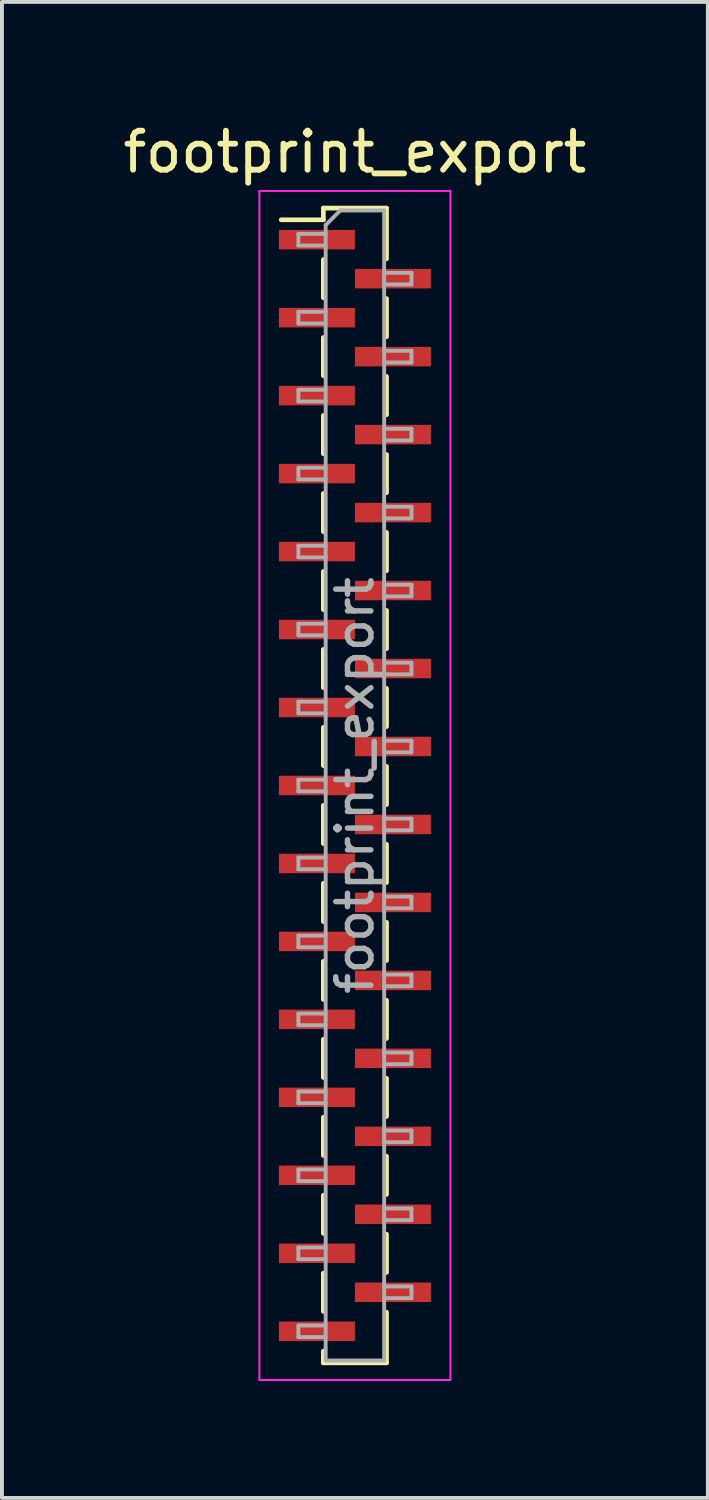
<source format=kicad_pcb>
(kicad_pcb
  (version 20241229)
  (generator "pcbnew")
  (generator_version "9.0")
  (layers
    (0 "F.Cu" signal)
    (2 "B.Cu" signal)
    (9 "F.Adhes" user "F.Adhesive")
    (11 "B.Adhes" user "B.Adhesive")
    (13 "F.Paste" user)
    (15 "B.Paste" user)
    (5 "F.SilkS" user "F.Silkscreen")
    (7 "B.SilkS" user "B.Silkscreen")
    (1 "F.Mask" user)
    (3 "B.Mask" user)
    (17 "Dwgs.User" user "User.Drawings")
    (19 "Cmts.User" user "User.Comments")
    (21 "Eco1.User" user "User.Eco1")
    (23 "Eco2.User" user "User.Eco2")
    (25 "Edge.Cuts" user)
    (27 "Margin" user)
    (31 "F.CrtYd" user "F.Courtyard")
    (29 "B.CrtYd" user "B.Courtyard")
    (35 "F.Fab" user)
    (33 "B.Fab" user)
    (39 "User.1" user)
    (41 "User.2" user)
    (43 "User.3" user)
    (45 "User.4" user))
  (footprint "footprint_export"
    (layer "F.Cu")
    (at 6.054 17.098)
    (property "Reference" "footprint_export" (at 0 -16.25 0) (layer "F.SilkS") (effects (font (size 1 1) (thickness 0.15))))
    (attr smd)
    (fp_line (start -1.89 -14.51) (end -0.81 -14.51) (stroke (width 0.12) (type solid)) (layer "F.SilkS"))
    (fp_line (start -0.81 -14.81) (end -0.81 -14.51) (stroke (width 0.12) (type solid)) (layer "F.SilkS"))
    (fp_line (start -0.81 -14.81) (end 0.81 -14.81) (stroke (width 0.12) (type solid)) (layer "F.SilkS"))
    (fp_line (start -0.81 -13.49) (end -0.81 -12.51) (stroke (width 0.12) (type solid)) (layer "F.SilkS"))
    (fp_line (start -0.81 -11.49) (end -0.81 -10.51) (stroke (width 0.12) (type solid)) (layer "F.SilkS"))
    (fp_line (start -0.81 -9.49) (end -0.81 -8.51) (stroke (width 0.12) (type solid)) (layer "F.SilkS"))
    (fp_line (start -0.81 -7.49) (end -0.81 -6.51) (stroke (width 0.12) (type solid)) (layer "F.SilkS"))
    (fp_line (start -0.81 -5.49) (end -0.81 -4.51) (stroke (width 0.12) (type solid)) (layer "F.SilkS"))
    (fp_line (start -0.81 -3.49) (end -0.81 -2.51) (stroke (width 0.12) (type solid)) (layer "F.SilkS"))
    (fp_line (start -0.81 -1.49) (end -0.81 -0.51) (stroke (width 0.12) (type solid)) (layer "F.SilkS"))
    (fp_line (start -0.81 0.51) (end -0.81 1.49) (stroke (width 0.12) (type solid)) (layer "F.SilkS"))
    (fp_line (start -0.81 2.51) (end -0.81 3.49) (stroke (width 0.12) (type solid)) (layer "F.SilkS"))
    (fp_line (start -0.81 4.51) (end -0.81 5.49) (stroke (width 0.12) (type solid)) (layer "F.SilkS"))
    (fp_line (start -0.81 6.51) (end -0.81 7.49) (stroke (width 0.12) (type solid)) (layer "F.SilkS"))
    (fp_line (start -0.81 8.51) (end -0.81 9.49) (stroke (width 0.12) (type solid)) (layer "F.SilkS"))
    (fp_line (start -0.81 10.51) (end -0.81 11.49) (stroke (width 0.12) (type solid)) (layer "F.SilkS"))
    (fp_line (start -0.81 12.51) (end -0.81 13.49) (stroke (width 0.12) (type solid)) (layer "F.SilkS"))
    (fp_line (start -0.81 14.51) (end -0.81 14.81) (stroke (width 0.12) (type solid)) (layer "F.SilkS"))
    (fp_line (start -0.81 14.81) (end 0.81 14.81) (stroke (width 0.12) (type solid)) (layer "F.SilkS"))
    (fp_line (start 0.81 -14.81) (end 0.81 -13.51) (stroke (width 0.12) (type solid)) (layer "F.SilkS"))
    (fp_line (start 0.81 -12.49) (end 0.81 -11.51) (stroke (width 0.12) (type solid)) (layer "F.SilkS"))
    (fp_line (start 0.81 -10.49) (end 0.81 -9.51) (stroke (width 0.12) (type solid)) (layer "F.SilkS"))
    (fp_line (start 0.81 -8.49) (end 0.81 -7.51) (stroke (width 0.12) (type solid)) (layer "F.SilkS"))
    (fp_line (start 0.81 -6.49) (end 0.81 -5.51) (stroke (width 0.12) (type solid)) (layer "F.SilkS"))
    (fp_line (start 0.81 -4.49) (end 0.81 -3.51) (stroke (width 0.12) (type solid)) (layer "F.SilkS"))
    (fp_line (start 0.81 -2.49) (end 0.81 -1.51) (stroke (width 0.12) (type solid)) (layer "F.SilkS"))
    (fp_line (start 0.81 -0.49) (end 0.81 0.49) (stroke (width 0.12) (type solid)) (layer "F.SilkS"))
    (fp_line (start 0.81 1.51) (end 0.81 2.49) (stroke (width 0.12) (type solid)) (layer "F.SilkS"))
    (fp_line (start 0.81 3.51) (end 0.81 4.49) (stroke (width 0.12) (type solid)) (layer "F.SilkS"))
    (fp_line (start 0.81 5.51) (end 0.81 6.49) (stroke (width 0.12) (type solid)) (layer "F.SilkS"))
    (fp_line (start 0.81 7.51) (end 0.81 8.49) (stroke (width 0.12) (type solid)) (layer "F.SilkS"))
    (fp_line (start 0.81 9.51) (end 0.81 10.49) (stroke (width 0.12) (type solid)) (layer "F.SilkS"))
    (fp_line (start 0.81 11.51) (end 0.81 12.49) (stroke (width 0.12) (type solid)) (layer "F.SilkS"))
    (fp_line (start 0.81 13.51) (end 0.81 14.81) (stroke (width 0.12) (type solid)) (layer "F.SilkS"))
    (fp_line (start -2.45 -15.25) (end 2.45 -15.25) (stroke (width 0.05) (type solid)) (layer "F.CrtYd"))
    (fp_line (start -2.45 15.25) (end -2.45 -15.25) (stroke (width 0.05) (type solid)) (layer "F.CrtYd"))
    (fp_line (start 2.45 -15.25) (end 2.45 15.25) (stroke (width 0.05) (type solid)) (layer "F.CrtYd"))
    (fp_line (start 2.45 15.25) (end -2.45 15.25) (stroke (width 0.05) (type solid)) (layer "F.CrtYd"))
    (fp_line (start -1.45 -14.15) (end -0.75 -14.15) (stroke (width 0.1) (type solid)) (layer "F.Fab"))
    (fp_line (start -1.45 -13.85) (end -1.45 -14.15) (stroke (width 0.1) (type solid)) (layer "F.Fab"))
    (fp_line (start -1.45 -12.15) (end -0.75 -12.15) (stroke (width 0.1) (type solid)) (layer "F.Fab"))
    (fp_line (start -1.45 -11.85) (end -1.45 -12.15) (stroke (width 0.1) (type solid)) (layer "F.Fab"))
    (fp_line (start -1.45 -10.15) (end -0.75 -10.15) (stroke (width 0.1) (type solid)) (layer "F.Fab"))
    (fp_line (start -1.45 -9.85) (end -1.45 -10.15) (stroke (width 0.1) (type solid)) (layer "F.Fab"))
    (fp_line (start -1.45 -8.15) (end -0.75 -8.15) (stroke (width 0.1) (type solid)) (layer "F.Fab"))
    (fp_line (start -1.45 -7.85) (end -1.45 -8.15) (stroke (width 0.1) (type solid)) (layer "F.Fab"))
    (fp_line (start -1.45 -6.15) (end -0.75 -6.15) (stroke (width 0.1) (type solid)) (layer "F.Fab"))
    (fp_line (start -1.45 -5.85) (end -1.45 -6.15) (stroke (width 0.1) (type solid)) (layer "F.Fab"))
    (fp_line (start -1.45 -4.15) (end -0.75 -4.15) (stroke (width 0.1) (type solid)) (layer "F.Fab"))
    (fp_line (start -1.45 -3.85) (end -1.45 -4.15) (stroke (width 0.1) (type solid)) (layer "F.Fab"))
    (fp_line (start -1.45 -2.15) (end -0.75 -2.15) (stroke (width 0.1) (type solid)) (layer "F.Fab"))
    (fp_line (start -1.45 -1.85) (end -1.45 -2.15) (stroke (width 0.1) (type solid)) (layer "F.Fab"))
    (fp_line (start -1.45 -0.15) (end -0.75 -0.15) (stroke (width 0.1) (type solid)) (layer "F.Fab"))
    (fp_line (start -1.45 0.15) (end -1.45 -0.15) (stroke (width 0.1) (type solid)) (layer "F.Fab"))
    (fp_line (start -1.45 1.85) (end -0.75 1.85) (stroke (width 0.1) (type solid)) (layer "F.Fab"))
    (fp_line (start -1.45 2.15) (end -1.45 1.85) (stroke (width 0.1) (type solid)) (layer "F.Fab"))
    (fp_line (start -1.45 3.85) (end -0.75 3.85) (stroke (width 0.1) (type solid)) (layer "F.Fab"))
    (fp_line (start -1.45 4.15) (end -1.45 3.85) (stroke (width 0.1) (type solid)) (layer "F.Fab"))
    (fp_line (start -1.45 5.85) (end -0.75 5.85) (stroke (width 0.1) (type solid)) (layer "F.Fab"))
    (fp_line (start -1.45 6.15) (end -1.45 5.85) (stroke (width 0.1) (type solid)) (layer "F.Fab"))
    (fp_line (start -1.45 7.85) (end -0.75 7.85) (stroke (width 0.1) (type solid)) (layer "F.Fab"))
    (fp_line (start -1.45 8.15) (end -1.45 7.85) (stroke (width 0.1) (type solid)) (layer "F.Fab"))
    (fp_line (start -1.45 9.85) (end -0.75 9.85) (stroke (width 0.1) (type solid)) (layer "F.Fab"))
    (fp_line (start -1.45 10.15) (end -1.45 9.85) (stroke (width 0.1) (type solid)) (layer "F.Fab"))
    (fp_line (start -1.45 11.85) (end -0.75 11.85) (stroke (width 0.1) (type solid)) (layer "F.Fab"))
    (fp_line (start -1.45 12.15) (end -1.45 11.85) (stroke (width 0.1) (type solid)) (layer "F.Fab"))
    (fp_line (start -1.45 13.85) (end -0.75 13.85) (stroke (width 0.1) (type solid)) (layer "F.Fab"))
    (fp_line (start -1.45 14.15) (end -1.45 13.85) (stroke (width 0.1) (type solid)) (layer "F.Fab"))
    (fp_line (start -0.75 -14.375) (end -0.375 -14.75) (stroke (width 0.1) (type solid)) (layer "F.Fab"))
    (fp_line (start -0.75 -13.85) (end -1.45 -13.85) (stroke (width 0.1) (type solid)) (layer "F.Fab"))
    (fp_line (start -0.75 -11.85) (end -1.45 -11.85) (stroke (width 0.1) (type solid)) (layer "F.Fab"))
    (fp_line (start -0.75 -9.85) (end -1.45 -9.85) (stroke (width 0.1) (type solid)) (layer "F.Fab"))
    (fp_line (start -0.75 -7.85) (end -1.45 -7.85) (stroke (width 0.1) (type solid)) (layer "F.Fab"))
    (fp_line (start -0.75 -5.85) (end -1.45 -5.85) (stroke (width 0.1) (type solid)) (layer "F.Fab"))
    (fp_line (start -0.75 -3.85) (end -1.45 -3.85) (stroke (width 0.1) (type solid)) (layer "F.Fab"))
    (fp_line (start -0.75 -1.85) (end -1.45 -1.85) (stroke (width 0.1) (type solid)) (layer "F.Fab"))
    (fp_line (start -0.75 0.15) (end -1.45 0.15) (stroke (width 0.1) (type solid)) (layer "F.Fab"))
    (fp_line (start -0.75 2.15) (end -1.45 2.15) (stroke (width 0.1) (type solid)) (layer "F.Fab"))
    (fp_line (start -0.75 4.15) (end -1.45 4.15) (stroke (width 0.1) (type solid)) (layer "F.Fab"))
    (fp_line (start -0.75 6.15) (end -1.45 6.15) (stroke (width 0.1) (type solid)) (layer "F.Fab"))
    (fp_line (start -0.75 8.15) (end -1.45 8.15) (stroke (width 0.1) (type solid)) (layer "F.Fab"))
    (fp_line (start -0.75 10.15) (end -1.45 10.15) (stroke (width 0.1) (type solid)) (layer "F.Fab"))
    (fp_line (start -0.75 12.15) (end -1.45 12.15) (stroke (width 0.1) (type solid)) (layer "F.Fab"))
    (fp_line (start -0.75 14.15) (end -1.45 14.15) (stroke (width 0.1) (type solid)) (layer "F.Fab"))
    (fp_line (start -0.75 14.75) (end -0.75 -14.375) (stroke (width 0.1) (type solid)) (layer "F.Fab"))
    (fp_line (start -0.375 -14.75) (end 0.75 -14.75) (stroke (width 0.1) (type solid)) (layer "F.Fab"))
    (fp_line (start 0.75 -14.75) (end 0.75 14.75) (stroke (width 0.1) (type solid)) (layer "F.Fab"))
    (fp_line (start 0.75 -13.15) (end 1.45 -13.15) (stroke (width 0.1) (type solid)) (layer "F.Fab"))
    (fp_line (start 0.75 -11.15) (end 1.45 -11.15) (stroke (width 0.1) (type solid)) (layer "F.Fab"))
    (fp_line (start 0.75 -9.15) (end 1.45 -9.15) (stroke (width 0.1) (type solid)) (layer "F.Fab"))
    (fp_line (start 0.75 -7.15) (end 1.45 -7.15) (stroke (width 0.1) (type solid)) (layer "F.Fab"))
    (fp_line (start 0.75 -5.15) (end 1.45 -5.15) (stroke (width 0.1) (type solid)) (layer "F.Fab"))
    (fp_line (start 0.75 -3.15) (end 1.45 -3.15) (stroke (width 0.1) (type solid)) (layer "F.Fab"))
    (fp_line (start 0.75 -1.15) (end 1.45 -1.15) (stroke (width 0.1) (type solid)) (layer "F.Fab"))
    (fp_line (start 0.75 0.85) (end 1.45 0.85) (stroke (width 0.1) (type solid)) (layer "F.Fab"))
    (fp_line (start 0.75 2.85) (end 1.45 2.85) (stroke (width 0.1) (type solid)) (layer "F.Fab"))
    (fp_line (start 0.75 4.85) (end 1.45 4.85) (stroke (width 0.1) (type solid)) (layer "F.Fab"))
    (fp_line (start 0.75 6.85) (end 1.45 6.85) (stroke (width 0.1) (type solid)) (layer "F.Fab"))
    (fp_line (start 0.75 8.85) (end 1.45 8.85) (stroke (width 0.1) (type solid)) (layer "F.Fab"))
    (fp_line (start 0.75 10.85) (end 1.45 10.85) (stroke (width 0.1) (type solid)) (layer "F.Fab"))
    (fp_line (start 0.75 12.85) (end 1.45 12.85) (stroke (width 0.1) (type solid)) (layer "F.Fab"))
    (fp_line (start 0.75 14.75) (end -0.75 14.75) (stroke (width 0.1) (type solid)) (layer "F.Fab"))
    (fp_line (start 1.45 -13.15) (end 1.45 -12.85) (stroke (width 0.1) (type solid)) (layer "F.Fab"))
    (fp_line (start 1.45 -12.85) (end 0.75 -12.85) (stroke (width 0.1) (type solid)) (layer "F.Fab"))
    (fp_line (start 1.45 -11.15) (end 1.45 -10.85) (stroke (width 0.1) (type solid)) (layer "F.Fab"))
    (fp_line (start 1.45 -10.85) (end 0.75 -10.85) (stroke (width 0.1) (type solid)) (layer "F.Fab"))
    (fp_line (start 1.45 -9.15) (end 1.45 -8.85) (stroke (width 0.1) (type solid)) (layer "F.Fab"))
    (fp_line (start 1.45 -8.85) (end 0.75 -8.85) (stroke (width 0.1) (type solid)) (layer "F.Fab"))
    (fp_line (start 1.45 -7.15) (end 1.45 -6.85) (stroke (width 0.1) (type solid)) (layer "F.Fab"))
    (fp_line (start 1.45 -6.85) (end 0.75 -6.85) (stroke (width 0.1) (type solid)) (layer "F.Fab"))
    (fp_line (start 1.45 -5.15) (end 1.45 -4.85) (stroke (width 0.1) (type solid)) (layer "F.Fab"))
    (fp_line (start 1.45 -4.85) (end 0.75 -4.85) (stroke (width 0.1) (type solid)) (layer "F.Fab"))
    (fp_line (start 1.45 -3.15) (end 1.45 -2.85) (stroke (width 0.1) (type solid)) (layer "F.Fab"))
    (fp_line (start 1.45 -2.85) (end 0.75 -2.85) (stroke (width 0.1) (type solid)) (layer "F.Fab"))
    (fp_line (start 1.45 -1.15) (end 1.45 -0.85) (stroke (width 0.1) (type solid)) (layer "F.Fab"))
    (fp_line (start 1.45 -0.85) (end 0.75 -0.85) (stroke (width 0.1) (type solid)) (layer "F.Fab"))
    (fp_line (start 1.45 0.85) (end 1.45 1.15) (stroke (width 0.1) (type solid)) (layer "F.Fab"))
    (fp_line (start 1.45 1.15) (end 0.75 1.15) (stroke (width 0.1) (type solid)) (layer "F.Fab"))
    (fp_line (start 1.45 2.85) (end 1.45 3.15) (stroke (width 0.1) (type solid)) (layer "F.Fab"))
    (fp_line (start 1.45 3.15) (end 0.75 3.15) (stroke (width 0.1) (type solid)) (layer "F.Fab"))
    (fp_line (start 1.45 4.85) (end 1.45 5.15) (stroke (width 0.1) (type solid)) (layer "F.Fab"))
    (fp_line (start 1.45 5.15) (end 0.75 5.15) (stroke (width 0.1) (type solid)) (layer "F.Fab"))
    (fp_line (start 1.45 6.85) (end 1.45 7.15) (stroke (width 0.1) (type solid)) (layer "F.Fab"))
    (fp_line (start 1.45 7.15) (end 0.75 7.15) (stroke (width 0.1) (type solid)) (layer "F.Fab"))
    (fp_line (start 1.45 8.85) (end 1.45 9.15) (stroke (width 0.1) (type solid)) (layer "F.Fab"))
    (fp_line (start 1.45 9.15) (end 0.75 9.15) (stroke (width 0.1) (type solid)) (layer "F.Fab"))
    (fp_line (start 1.45 10.85) (end 1.45 11.15) (stroke (width 0.1) (type solid)) (layer "F.Fab"))
    (fp_line (start 1.45 11.15) (end 0.75 11.15) (stroke (width 0.1) (type solid)) (layer "F.Fab"))
    (fp_line (start 1.45 12.85) (end 1.45 13.15) (stroke (width 0.1) (type solid)) (layer "F.Fab"))
    (fp_line (start 1.45 13.15) (end 0.75 13.15) (stroke (width 0.1) (type solid)) (layer "F.Fab"))
    (fp_text user "${REFERENCE}" (at 0 0 90) (layer "F.Fab") (effects (font (size 0.9 0.9) (thickness 0.14))))
    (pad "1" smd rect (at -0.975 -14) (size 1.95 0.5) (layers "F.Cu" "F.Mask" "F.Paste"))
    (pad "2" smd rect (at 0.975 -13) (size 1.95 0.5) (layers "F.Cu" "F.Mask" "F.Paste"))
    (pad "3" smd rect (at -0.975 -12) (size 1.95 0.5) (layers "F.Cu" "F.Mask" "F.Paste"))
    (pad "4" smd rect (at 0.975 -11) (size 1.95 0.5) (layers "F.Cu" "F.Mask" "F.Paste"))
    (pad "5" smd rect (at -0.975 -10) (size 1.95 0.5) (layers "F.Cu" "F.Mask" "F.Paste"))
    (pad "6" smd rect (at 0.975 -9) (size 1.95 0.5) (layers "F.Cu" "F.Mask" "F.Paste"))
    (pad "7" smd rect (at -0.975 -8) (size 1.95 0.5) (layers "F.Cu" "F.Mask" "F.Paste"))
    (pad "8" smd rect (at 0.975 -7) (size 1.95 0.5) (layers "F.Cu" "F.Mask" "F.Paste"))
    (pad "9" smd rect (at -0.975 -6) (size 1.95 0.5) (layers "F.Cu" "F.Mask" "F.Paste"))
    (pad "10" smd rect (at 0.975 -5) (size 1.95 0.5) (layers "F.Cu" "F.Mask" "F.Paste"))
    (pad "11" smd rect (at -0.975 -4) (size 1.95 0.5) (layers "F.Cu" "F.Mask" "F.Paste"))
    (pad "12" smd rect (at 0.975 -3) (size 1.95 0.5) (layers "F.Cu" "F.Mask" "F.Paste"))
    (pad "13" smd rect (at -0.975 -2) (size 1.95 0.5) (layers "F.Cu" "F.Mask" "F.Paste"))
    (pad "14" smd rect (at 0.975 -1) (size 1.95 0.5) (layers "F.Cu" "F.Mask" "F.Paste"))
    (pad "15" smd rect (at -0.975 0) (size 1.95 0.5) (layers "F.Cu" "F.Mask" "F.Paste"))
    (pad "16" smd rect (at 0.975 1) (size 1.95 0.5) (layers "F.Cu" "F.Mask" "F.Paste"))
    (pad "17" smd rect (at -0.975 2) (size 1.95 0.5) (layers "F.Cu" "F.Mask" "F.Paste"))
    (pad "18" smd rect (at 0.975 3) (size 1.95 0.5) (layers "F.Cu" "F.Mask" "F.Paste"))
    (pad "19" smd rect (at -0.975 4) (size 1.95 0.5) (layers "F.Cu" "F.Mask" "F.Paste"))
    (pad "20" smd rect (at 0.975 5) (size 1.95 0.5) (layers "F.Cu" "F.Mask" "F.Paste"))
    (pad "21" smd rect (at -0.975 6) (size 1.95 0.5) (layers "F.Cu" "F.Mask" "F.Paste"))
    (pad "22" smd rect (at 0.975 7) (size 1.95 0.5) (layers "F.Cu" "F.Mask" "F.Paste"))
    (pad "23" smd rect (at -0.975 8) (size 1.95 0.5) (layers "F.Cu" "F.Mask" "F.Paste"))
    (pad "24" smd rect (at 0.975 9) (size 1.95 0.5) (layers "F.Cu" "F.Mask" "F.Paste"))
    (pad "25" smd rect (at -0.975 10) (size 1.95 0.5) (layers "F.Cu" "F.Mask" "F.Paste"))
    (pad "26" smd rect (at 0.975 11) (size 1.95 0.5) (layers "F.Cu" "F.Mask" "F.Paste"))
    (pad "27" smd rect (at -0.975 12) (size 1.95 0.5) (layers "F.Cu" "F.Mask" "F.Paste"))
    (pad "28" smd rect (at 0.975 13) (size 1.95 0.5) (layers "F.Cu" "F.Mask" "F.Paste"))
    (pad "29" smd rect (at -0.975 14) (size 1.95 0.5) (layers "F.Cu" "F.Mask" "F.Paste")))
  (gr_rect
    (start -3 -3)
    (end 15.107 35.373)
    (stroke (width 0.1) (type default))
    (fill no)
    (layer "Edge.Cuts")))
</source>
